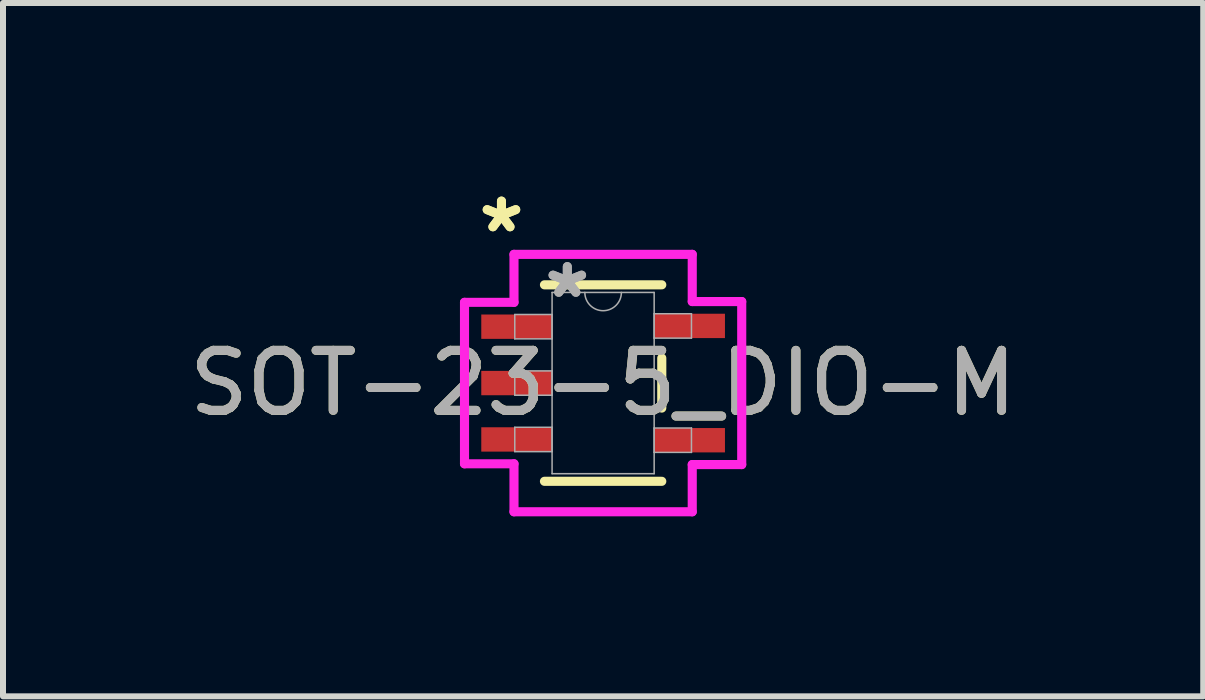
<source format=kicad_pcb>
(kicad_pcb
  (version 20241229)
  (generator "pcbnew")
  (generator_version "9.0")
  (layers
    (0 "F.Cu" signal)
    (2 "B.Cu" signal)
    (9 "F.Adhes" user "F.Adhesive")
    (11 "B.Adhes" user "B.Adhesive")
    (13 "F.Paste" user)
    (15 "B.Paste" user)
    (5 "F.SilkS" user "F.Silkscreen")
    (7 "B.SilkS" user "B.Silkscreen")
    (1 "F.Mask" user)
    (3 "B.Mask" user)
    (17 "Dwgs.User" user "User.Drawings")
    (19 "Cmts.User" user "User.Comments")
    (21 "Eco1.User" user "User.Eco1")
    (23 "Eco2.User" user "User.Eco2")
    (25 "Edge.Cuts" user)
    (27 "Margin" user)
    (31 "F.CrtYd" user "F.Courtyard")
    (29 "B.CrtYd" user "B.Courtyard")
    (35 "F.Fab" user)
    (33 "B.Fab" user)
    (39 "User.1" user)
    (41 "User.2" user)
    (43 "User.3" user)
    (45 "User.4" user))
  (footprint "SOT-23-5_DIO-M"
    (layer "F.Cu")
    (at 7.006 3.337)
    (property "Reference" "SOT-23-5_DIO-M" (at 0 0 0) (unlocked yes) (layer "F.SilkS") (effects (font (size 1 1) (thickness 0.15))))
    (attr smd)
    (fp_line (start -0.978 1.638) (end 0.978 1.638) (stroke (width 0.152) (type solid)) (layer "F.SilkS"))
    (fp_line (start 0.978 -1.638) (end -0.978 -1.638) (stroke (width 0.152) (type solid)) (layer "F.SilkS"))
    (fp_line (start 0.978 0.417) (end 0.978 -0.417) (stroke (width 0.152) (type solid)) (layer "F.SilkS"))
    (fp_line (start -2.311 -1.346) (end -1.486 -1.346) (stroke (width 0.152) (type solid)) (layer "F.CrtYd"))
    (fp_line (start -2.311 1.346) (end -2.311 -1.346) (stroke (width 0.152) (type solid)) (layer "F.CrtYd"))
    (fp_line (start -1.486 -2.146) (end 1.486 -2.146) (stroke (width 0.152) (type solid)) (layer "F.CrtYd"))
    (fp_line (start -1.486 -1.346) (end -1.486 -2.146) (stroke (width 0.152) (type solid)) (layer "F.CrtYd"))
    (fp_line (start -1.486 1.346) (end -2.311 1.346) (stroke (width 0.152) (type solid)) (layer "F.CrtYd"))
    (fp_line (start -1.486 2.146) (end -1.486 1.346) (stroke (width 0.152) (type solid)) (layer "F.CrtYd"))
    (fp_line (start 1.486 -2.146) (end 1.486 -1.359) (stroke (width 0.152) (type solid)) (layer "F.CrtYd"))
    (fp_line (start 1.486 -1.359) (end 2.311 -1.359) (stroke (width 0.152) (type solid)) (layer "F.CrtYd"))
    (fp_line (start 1.486 1.359) (end 1.486 2.146) (stroke (width 0.152) (type solid)) (layer "F.CrtYd"))
    (fp_line (start 1.486 2.146) (end -1.486 2.146) (stroke (width 0.152) (type solid)) (layer "F.CrtYd"))
    (fp_line (start 2.311 -1.359) (end 2.311 1.359) (stroke (width 0.152) (type solid)) (layer "F.CrtYd"))
    (fp_line (start 2.311 1.359) (end 1.486 1.359) (stroke (width 0.152) (type solid)) (layer "F.CrtYd"))
    (fp_line (start -1.473 -1.143) (end -1.473 -0.737) (stroke (width 0.025) (type solid)) (layer "F.Fab"))
    (fp_line (start -1.473 -0.737) (end -0.851 -0.737) (stroke (width 0.025) (type solid)) (layer "F.Fab"))
    (fp_line (start -1.473 -0.203) (end -1.473 0.203) (stroke (width 0.025) (type solid)) (layer "F.Fab"))
    (fp_line (start -1.473 0.203) (end -0.851 0.203) (stroke (width 0.025) (type solid)) (layer "F.Fab"))
    (fp_line (start -1.473 0.737) (end -1.473 1.143) (stroke (width 0.025) (type solid)) (layer "F.Fab"))
    (fp_line (start -1.473 1.143) (end -0.851 1.143) (stroke (width 0.025) (type solid)) (layer "F.Fab"))
    (fp_line (start -0.851 -1.511) (end -0.851 1.511) (stroke (width 0.025) (type solid)) (layer "F.Fab"))
    (fp_line (start -0.851 -1.143) (end -1.473 -1.143) (stroke (width 0.025) (type solid)) (layer "F.Fab"))
    (fp_line (start -0.851 -0.737) (end -0.851 -1.143) (stroke (width 0.025) (type solid)) (layer "F.Fab"))
    (fp_line (start -0.851 -0.203) (end -1.473 -0.203) (stroke (width 0.025) (type solid)) (layer "F.Fab"))
    (fp_line (start -0.851 0.203) (end -0.851 -0.203) (stroke (width 0.025) (type solid)) (layer "F.Fab"))
    (fp_line (start -0.851 0.737) (end -1.473 0.737) (stroke (width 0.025) (type solid)) (layer "F.Fab"))
    (fp_line (start -0.851 1.143) (end -0.851 0.737) (stroke (width 0.025) (type solid)) (layer "F.Fab"))
    (fp_line (start -0.851 1.511) (end 0.851 1.511) (stroke (width 0.025) (type solid)) (layer "F.Fab"))
    (fp_line (start 0.851 -1.511) (end -0.851 -1.511) (stroke (width 0.025) (type solid)) (layer "F.Fab"))
    (fp_line (start 0.851 -1.156) (end 0.851 -0.749) (stroke (width 0.025) (type solid)) (layer "F.Fab"))
    (fp_line (start 0.851 -0.749) (end 1.473 -0.749) (stroke (width 0.025) (type solid)) (layer "F.Fab"))
    (fp_line (start 0.851 0.749) (end 0.851 1.156) (stroke (width 0.025) (type solid)) (layer "F.Fab"))
    (fp_line (start 0.851 1.156) (end 1.473 1.156) (stroke (width 0.025) (type solid)) (layer "F.Fab"))
    (fp_line (start 0.851 1.511) (end 0.851 -1.511) (stroke (width 0.025) (type solid)) (layer "F.Fab"))
    (fp_line (start 1.473 -1.156) (end 0.851 -1.156) (stroke (width 0.025) (type solid)) (layer "F.Fab"))
    (fp_line (start 1.473 -0.749) (end 1.473 -1.156) (stroke (width 0.025) (type solid)) (layer "F.Fab"))
    (fp_line (start 1.473 0.749) (end 0.851 0.749) (stroke (width 0.025) (type solid)) (layer "F.Fab"))
    (fp_line (start 1.473 1.156) (end 1.473 0.749) (stroke (width 0.025) (type solid)) (layer "F.Fab"))
    (fp_arc (start 0.3048 -1.5113) (mid 0 -1.2065) (end -0.3048 -1.5113) (stroke (width 0.0254) (type solid)) (layer "F.Fab"))
    (fp_text user "*" (at -1.695 -2.489 0) (unlocked yes) (layer "F.SilkS") (effects (font (size 1 1) (thickness 0.15))))
    (fp_text user "*" (at -1.695 -2.489 0) (layer "F.SilkS") (effects (font (size 1 1) (thickness 0.15))))
    (fp_text user "*" (at -0.597 -1.397 0) (unlocked yes) (layer "F.Fab") (effects (font (size 1 1) (thickness 0.15))))
    (fp_text user "${REFERENCE}" (at 0 0 0) (unlocked yes) (layer "F.Fab") (effects (font (size 1 1) (thickness 0.15))))
    (fp_text user "*" (at -0.597 -1.397 0) (layer "F.Fab") (effects (font (size 1 1) (thickness 0.15))))
    (pad "1" smd rect (at -1.441 -0.94) (size 1.181 0.406) (layers "F.Cu" "F.Mask" "F.Paste"))
    (pad "2" smd rect (at -1.441 0) (size 1.181 0.406) (layers "F.Cu" "F.Mask" "F.Paste"))
    (pad "3" smd rect (at -1.441 0.94) (size 1.181 0.406) (layers "F.Cu" "F.Mask" "F.Paste"))
    (pad "4" smd rect (at 1.441 0.953) (size 1.181 0.406) (layers "F.Cu" "F.Mask" "F.Paste"))
    (pad "5" smd rect (at 1.441 -0.953) (size 1.181 0.406) (layers "F.Cu" "F.Mask" "F.Paste")))
  (gr_rect
    (start -3 -3)
    (end 17.012 8.56)
    (stroke (width 0.1) (type default))
    (fill no)
    (layer "Edge.Cuts")))
</source>
